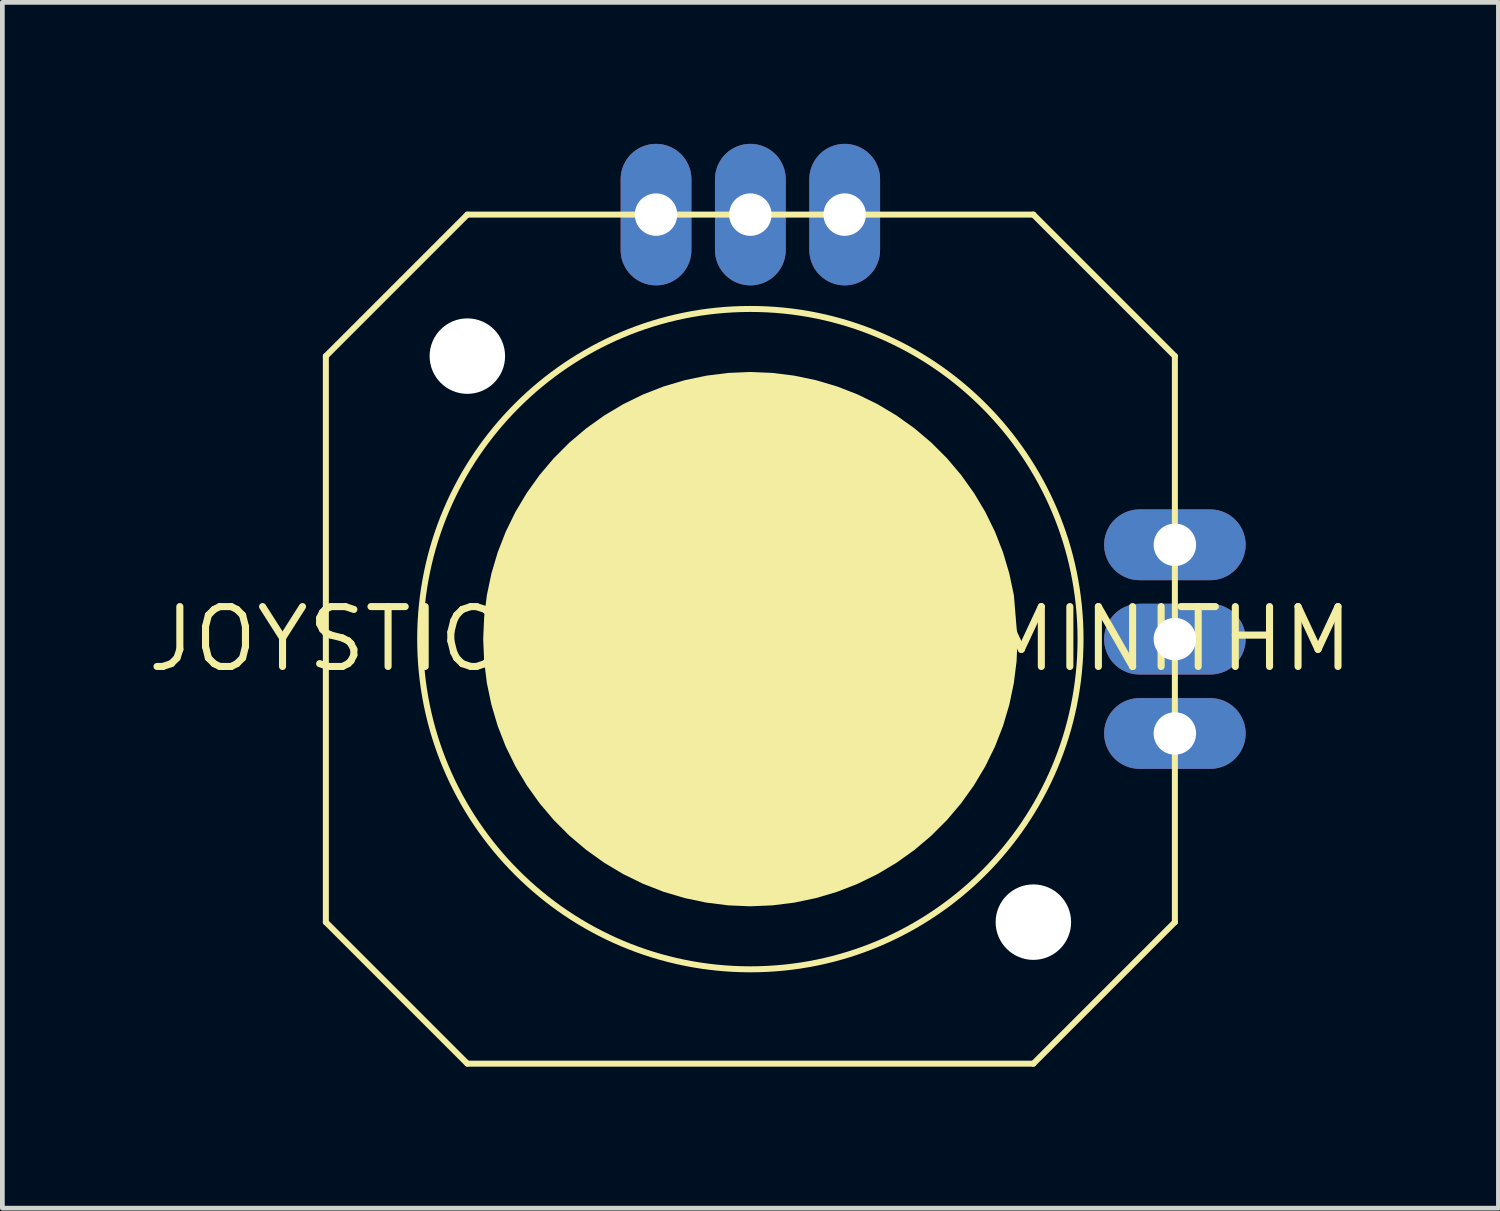
<source format=kicad_pcb>
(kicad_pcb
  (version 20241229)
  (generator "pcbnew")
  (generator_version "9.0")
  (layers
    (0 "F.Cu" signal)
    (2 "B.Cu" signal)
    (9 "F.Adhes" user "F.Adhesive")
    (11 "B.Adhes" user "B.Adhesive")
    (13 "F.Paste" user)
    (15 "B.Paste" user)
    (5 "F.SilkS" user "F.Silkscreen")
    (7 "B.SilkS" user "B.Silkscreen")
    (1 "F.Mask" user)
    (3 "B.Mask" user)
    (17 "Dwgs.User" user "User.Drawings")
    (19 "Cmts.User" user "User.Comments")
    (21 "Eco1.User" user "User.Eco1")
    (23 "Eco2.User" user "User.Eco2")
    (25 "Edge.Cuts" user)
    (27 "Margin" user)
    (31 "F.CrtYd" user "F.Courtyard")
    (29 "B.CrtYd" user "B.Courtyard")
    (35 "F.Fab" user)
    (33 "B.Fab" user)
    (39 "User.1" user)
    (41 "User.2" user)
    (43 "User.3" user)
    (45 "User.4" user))
  (footprint "JOYSTICK_ANALOG_MINITHM"
    (layer "F.Cu")
    (at 12.858 10.5)
    (property "Reference" "JOYSTICK_ANALOG_MINITHM" (at 0 0 0) (layer "F.SilkS") (effects (font (size 1.27 1.27) (thickness 0.15))))
    (fp_line (start -9 -6) (end -6 -9) (stroke (width 0.127) (type solid)) (layer "F.SilkS"))
    (fp_line (start -9 6) (end -9 -6) (stroke (width 0.127) (type solid)) (layer "F.SilkS"))
    (fp_line (start -6 -9) (end 6 -9) (stroke (width 0.127) (type solid)) (layer "F.SilkS"))
    (fp_line (start -6 9) (end -9 6) (stroke (width 0.127) (type solid)) (layer "F.SilkS"))
    (fp_line (start 6 -9) (end 9 -6) (stroke (width 0.127) (type solid)) (layer "F.SilkS"))
    (fp_line (start 6 9) (end -6 9) (stroke (width 0.127) (type solid)) (layer "F.SilkS"))
    (fp_line (start 9 -6) (end 9 6) (stroke (width 0.127) (type solid)) (layer "F.SilkS"))
    (fp_line (start 9 6) (end 6 9) (stroke (width 0.127) (type solid)) (layer "F.SilkS"))
    (fp_circle (center 0 0) (end 7 0) (stroke (width 0.127) (type solid)) (fill no) (layer "F.SilkS"))
    (fp_poly (pts (xy 0.468 -5.644) (xy 0.932 -5.586) (xy 1.39 -5.49) (xy 1.839 -5.357) (xy 2.275 -5.187) (xy 2.696 -4.981) (xy 3.098 -4.741) (xy 3.479 -4.469) (xy 3.836 -4.167) (xy 4.167 -3.836) (xy 4.469 -3.479) (xy 4.741 -3.098) (xy 4.981 -2.696) (xy 5.187 -2.275) (xy 5.357 -1.839) (xy 5.49 -1.39) (xy 5.587 -0.931) (xy 5.664 -0.001) (xy 5.644 0.468) (xy 5.586 0.932) (xy 5.49 1.39) (xy 5.357 1.839) (xy 5.187 2.275) (xy 4.981 2.696) (xy 4.741 3.098) (xy 4.469 3.479) (xy 4.167 3.836) (xy 3.836 4.167) (xy 3.479 4.469) (xy 3.098 4.741) (xy 2.696 4.981) (xy 2.275 5.187) (xy 1.839 5.357) (xy 1.39 5.49) (xy 0.932 5.586) (xy 0.468 5.644) (xy 0 5.664) (xy -0.468 5.644) (xy -0.932 5.586) (xy -1.39 5.49) (xy -1.839 5.357) (xy -2.275 5.187) (xy -2.696 4.981) (xy -3.098 4.741) (xy -3.479 4.469) (xy -3.836 4.167) (xy -4.167 3.836) (xy -4.469 3.479) (xy -4.741 3.098) (xy -4.981 2.696) (xy -5.187 2.275) (xy -5.357 1.839) (xy -5.49 1.39) (xy -5.586 0.932) (xy -5.644 0.468) (xy -5.664 0) (xy -5.644 -0.468) (xy -5.586 -0.932) (xy -5.49 -1.39) (xy -5.357 -1.839) (xy -5.187 -2.275) (xy -4.981 -2.696) (xy -4.741 -3.098) (xy -4.469 -3.479) (xy -4.167 -3.836) (xy -3.836 -4.167) (xy -3.479 -4.469) (xy -3.098 -4.741) (xy -2.696 -4.981) (xy -2.275 -5.187) (xy -1.839 -5.357) (xy -1.39 -5.49) (xy -0.932 -5.586) (xy -0.468 -5.644) (xy 0 -5.664)) (stroke (width 0) (type solid)) (fill yes) (layer "F.SilkS"))
    (pad "" np_thru_hole circle (at -6 -6) (size 1.6 1.6) (drill 1.6) (layers "*.Cu" "*.Mask"))
    (pad "" np_thru_hole circle (at 6 6) (size 1.6 1.6) (drill 1.6) (layers "*.Cu" "*.Mask"))
    (pad "X" thru_hole oval (at 0 -9 90) (size 3 1.5) (drill 0.9) (layers "*.Cu" "*.Mask"))
    (pad "X+" thru_hole oval (at 2 -9 90) (size 3 1.5) (drill 0.9) (layers "*.Cu" "*.Mask"))
    (pad "X-" thru_hole oval (at -2 -9 90) (size 3 1.5) (drill 0.9) (layers "*.Cu" "*.Mask"))
    (pad "Y" thru_hole oval (at 9 0) (size 3 1.5) (drill 0.9) (layers "*.Cu" "*.Mask"))
    (pad "Y+" thru_hole oval (at 9 -2) (size 3 1.5) (drill 0.9) (layers "*.Cu" "*.Mask"))
    (pad "Y-" thru_hole oval (at 9 2) (size 3 1.5) (drill 0.9) (layers "*.Cu" "*.Mask")))
  (gr_rect
    (start -3 -3)
    (end 28.717 22.564)
    (stroke (width 0.1) (type default))
    (fill no)
    (layer "Edge.Cuts")))
</source>
